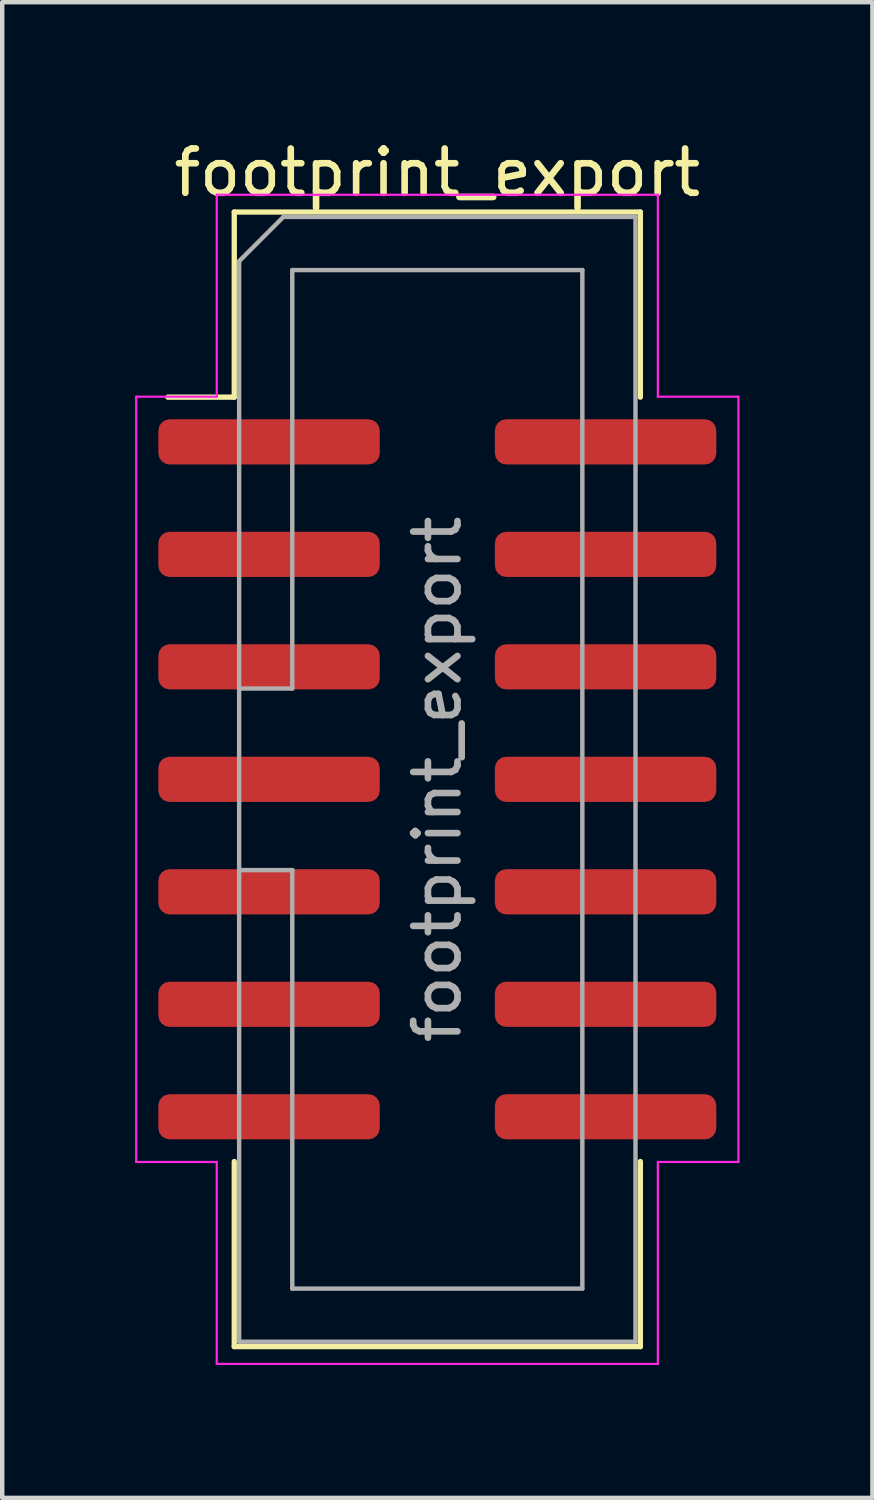
<source format=kicad_pcb>
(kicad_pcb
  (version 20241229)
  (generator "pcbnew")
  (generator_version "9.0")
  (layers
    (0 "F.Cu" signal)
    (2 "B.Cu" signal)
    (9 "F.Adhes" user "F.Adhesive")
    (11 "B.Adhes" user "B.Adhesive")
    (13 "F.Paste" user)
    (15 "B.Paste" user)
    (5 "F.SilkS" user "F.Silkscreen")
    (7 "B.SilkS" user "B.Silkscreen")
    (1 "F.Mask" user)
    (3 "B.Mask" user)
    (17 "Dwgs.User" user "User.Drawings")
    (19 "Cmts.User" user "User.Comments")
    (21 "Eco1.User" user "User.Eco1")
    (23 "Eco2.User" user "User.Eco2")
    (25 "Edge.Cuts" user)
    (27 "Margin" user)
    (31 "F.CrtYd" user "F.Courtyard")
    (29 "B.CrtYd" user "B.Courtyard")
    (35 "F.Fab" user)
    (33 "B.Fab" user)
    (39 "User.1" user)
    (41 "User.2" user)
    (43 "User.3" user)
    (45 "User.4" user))
  (footprint "footprint_export"
    (layer "F.Cu")
    (at 6.825 14.548)
    (property "Reference" "footprint_export" (at 0 -13.7 0) (layer "F.SilkS") (effects (font (size 1 1) (thickness 0.15))))
    (attr smd)
    (fp_line (start -4.585 -12.81) (end 4.585 -12.81) (stroke (width 0.12) (type solid)) (layer "F.SilkS"))
    (fp_line (start -4.585 -8.63) (end -6.085 -8.63) (stroke (width 0.12) (type solid)) (layer "F.SilkS"))
    (fp_line (start -4.585 -8.63) (end -4.585 -12.81) (stroke (width 0.12) (type solid)) (layer "F.SilkS"))
    (fp_line (start -4.585 8.63) (end -4.585 12.81) (stroke (width 0.12) (type solid)) (layer "F.SilkS"))
    (fp_line (start -4.585 12.81) (end 4.585 12.81) (stroke (width 0.12) (type solid)) (layer "F.SilkS"))
    (fp_line (start 4.585 -12.81) (end 4.585 -8.63) (stroke (width 0.12) (type solid)) (layer "F.SilkS"))
    (fp_line (start 4.585 12.81) (end 4.585 8.63) (stroke (width 0.12) (type solid)) (layer "F.SilkS"))
    (fp_line (start -6.8 -8.64) (end -6.8 8.64) (stroke (width 0.05) (type solid)) (layer "F.CrtYd"))
    (fp_line (start -6.8 8.64) (end -4.98 8.64) (stroke (width 0.05) (type solid)) (layer "F.CrtYd"))
    (fp_line (start -4.98 -13.2) (end -4.98 -8.64) (stroke (width 0.05) (type solid)) (layer "F.CrtYd"))
    (fp_line (start -4.98 -8.64) (end -6.8 -8.64) (stroke (width 0.05) (type solid)) (layer "F.CrtYd"))
    (fp_line (start -4.98 8.64) (end -4.98 13.2) (stroke (width 0.05) (type solid)) (layer "F.CrtYd"))
    (fp_line (start -4.98 13.2) (end 4.98 13.2) (stroke (width 0.05) (type solid)) (layer "F.CrtYd"))
    (fp_line (start 4.98 -13.2) (end -4.98 -13.2) (stroke (width 0.05) (type solid)) (layer "F.CrtYd"))
    (fp_line (start 4.98 -8.64) (end 4.98 -13.2) (stroke (width 0.05) (type solid)) (layer "F.CrtYd"))
    (fp_line (start 4.98 8.64) (end 6.8 8.64) (stroke (width 0.05) (type solid)) (layer "F.CrtYd"))
    (fp_line (start 4.98 13.2) (end 4.98 8.64) (stroke (width 0.05) (type solid)) (layer "F.CrtYd"))
    (fp_line (start 6.8 -8.64) (end 4.98 -8.64) (stroke (width 0.05) (type solid)) (layer "F.CrtYd"))
    (fp_line (start 6.8 8.64) (end 6.8 -8.64) (stroke (width 0.05) (type solid)) (layer "F.CrtYd"))
    (fp_line (start -4.475 -11.7) (end -3.475 -12.7) (stroke (width 0.1) (type solid)) (layer "F.Fab"))
    (fp_line (start -4.475 -2.05) (end -3.275 -2.05) (stroke (width 0.1) (type solid)) (layer "F.Fab"))
    (fp_line (start -4.475 12.7) (end -4.475 -11.7) (stroke (width 0.1) (type solid)) (layer "F.Fab"))
    (fp_line (start -3.475 -12.7) (end 4.475 -12.7) (stroke (width 0.1) (type solid)) (layer "F.Fab"))
    (fp_line (start -3.275 -11.5) (end 3.275 -11.5) (stroke (width 0.1) (type solid)) (layer "F.Fab"))
    (fp_line (start -3.275 -2.05) (end -3.275 -11.5) (stroke (width 0.1) (type solid)) (layer "F.Fab"))
    (fp_line (start -3.275 2.05) (end -4.475 2.05) (stroke (width 0.1) (type solid)) (layer "F.Fab"))
    (fp_line (start -3.275 2.05) (end -3.275 2.05) (stroke (width 0.1) (type solid)) (layer "F.Fab"))
    (fp_line (start -3.275 11.5) (end -3.275 2.05) (stroke (width 0.1) (type solid)) (layer "F.Fab"))
    (fp_line (start 3.275 -11.5) (end 3.275 11.5) (stroke (width 0.1) (type solid)) (layer "F.Fab"))
    (fp_line (start 3.275 11.5) (end -3.275 11.5) (stroke (width 0.1) (type solid)) (layer "F.Fab"))
    (fp_line (start 4.475 -12.7) (end 4.475 12.7) (stroke (width 0.1) (type solid)) (layer "F.Fab"))
    (fp_line (start 4.475 12.7) (end -4.475 12.7) (stroke (width 0.1) (type solid)) (layer "F.Fab"))
    (fp_text user "${REFERENCE}" (at 0 0 90) (layer "F.Fab") (effects (font (size 1 1) (thickness 0.15))))
    (pad "1" smd roundrect (at -3.8 -7.62) (size 5 1.02) (layers "F.Cu" "F.Mask" "F.Paste") (roundrect_rratio 0.25))
    (pad "2" smd roundrect (at 3.8 -7.62) (size 5 1.02) (layers "F.Cu" "F.Mask" "F.Paste") (roundrect_rratio 0.25))
    (pad "3" smd roundrect (at -3.8 -5.08) (size 5 1.02) (layers "F.Cu" "F.Mask" "F.Paste") (roundrect_rratio 0.25))
    (pad "4" smd roundrect (at 3.8 -5.08) (size 5 1.02) (layers "F.Cu" "F.Mask" "F.Paste") (roundrect_rratio 0.25))
    (pad "5" smd roundrect (at -3.8 -2.54) (size 5 1.02) (layers "F.Cu" "F.Mask" "F.Paste") (roundrect_rratio 0.25))
    (pad "6" smd roundrect (at 3.8 -2.54) (size 5 1.02) (layers "F.Cu" "F.Mask" "F.Paste") (roundrect_rratio 0.25))
    (pad "7" smd roundrect (at -3.8 0) (size 5 1.02) (layers "F.Cu" "F.Mask" "F.Paste") (roundrect_rratio 0.25))
    (pad "8" smd roundrect (at 3.8 0) (size 5 1.02) (layers "F.Cu" "F.Mask" "F.Paste") (roundrect_rratio 0.25))
    (pad "9" smd roundrect (at -3.8 2.54) (size 5 1.02) (layers "F.Cu" "F.Mask" "F.Paste") (roundrect_rratio 0.25))
    (pad "10" smd roundrect (at 3.8 2.54) (size 5 1.02) (layers "F.Cu" "F.Mask" "F.Paste") (roundrect_rratio 0.25))
    (pad "11" smd roundrect (at -3.8 5.08) (size 5 1.02) (layers "F.Cu" "F.Mask" "F.Paste") (roundrect_rratio 0.25))
    (pad "12" smd roundrect (at 3.8 5.08) (size 5 1.02) (layers "F.Cu" "F.Mask" "F.Paste") (roundrect_rratio 0.25))
    (pad "13" smd roundrect (at -3.8 7.62) (size 5 1.02) (layers "F.Cu" "F.Mask" "F.Paste") (roundrect_rratio 0.25))
    (pad "14" smd roundrect (at 3.8 7.62) (size 5 1.02) (layers "F.Cu" "F.Mask" "F.Paste") (roundrect_rratio 0.25)))
  (gr_rect
    (start -3 -3)
    (end 16.65 30.773)
    (stroke (width 0.1) (type default))
    (fill no)
    (layer "Edge.Cuts")))
</source>
